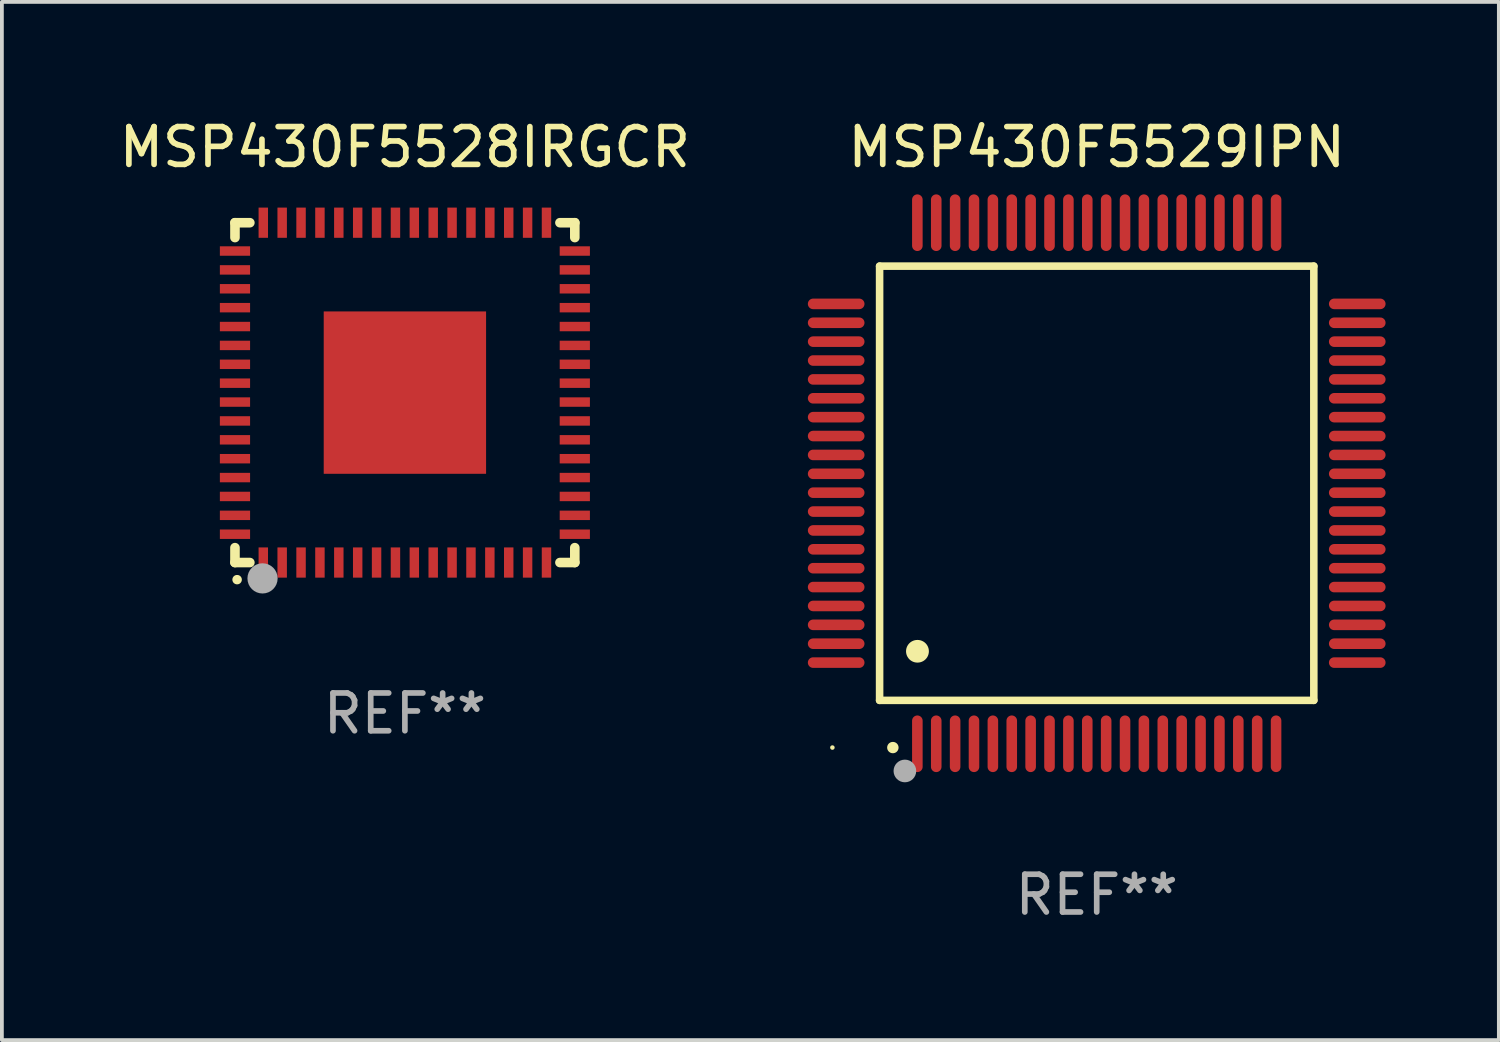
<source format=kicad_pcb>
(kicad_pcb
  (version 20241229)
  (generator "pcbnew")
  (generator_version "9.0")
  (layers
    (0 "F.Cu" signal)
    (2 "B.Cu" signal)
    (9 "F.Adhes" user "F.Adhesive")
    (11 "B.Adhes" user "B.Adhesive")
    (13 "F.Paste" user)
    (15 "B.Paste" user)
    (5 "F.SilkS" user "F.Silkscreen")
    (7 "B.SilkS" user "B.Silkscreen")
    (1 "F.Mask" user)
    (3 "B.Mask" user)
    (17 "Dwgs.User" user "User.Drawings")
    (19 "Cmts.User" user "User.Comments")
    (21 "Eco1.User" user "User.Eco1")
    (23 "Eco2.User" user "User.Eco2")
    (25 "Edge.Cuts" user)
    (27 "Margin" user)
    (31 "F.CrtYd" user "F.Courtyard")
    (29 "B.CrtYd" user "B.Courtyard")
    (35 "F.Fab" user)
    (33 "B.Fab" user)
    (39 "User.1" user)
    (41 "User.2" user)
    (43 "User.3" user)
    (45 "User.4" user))
  (footprint "MSP430F5528IRGCR"
    (layer "F.Cu")
    (at 7.673 7.348)
    (property "Reference" "MSP430F5528IRGCR" (at 0 -6.5 0) (layer "F.SilkS") (effects (font (size 1 1) (thickness 0.15))))
    (attr through_hole)
    (fp_line (start -4.5 -4.5) (end -4.106 -4.5) (stroke (width 0.254) (type solid)) (layer "F.SilkS"))
    (fp_line (start -4.5 -4.106) (end -4.5 -4.5) (stroke (width 0.254) (type solid)) (layer "F.SilkS"))
    (fp_line (start -4.5 4.5) (end -4.5 4.106) (stroke (width 0.254) (type solid)) (layer "F.SilkS"))
    (fp_line (start -4.106 4.5) (end -4.5 4.5) (stroke (width 0.254) (type solid)) (layer "F.SilkS"))
    (fp_line (start 4.106 -4.5) (end 4.5 -4.5) (stroke (width 0.254) (type solid)) (layer "F.SilkS"))
    (fp_line (start 4.5 -4.5) (end 4.5 -4.106) (stroke (width 0.254) (type solid)) (layer "F.SilkS"))
    (fp_line (start 4.5 4.106) (end 4.5 4.5) (stroke (width 0.254) (type solid)) (layer "F.SilkS"))
    (fp_line (start 4.5 4.5) (end 4.106 4.5) (stroke (width 0.254) (type solid)) (layer "F.SilkS"))
    (fp_arc (start -4.444945 4.953073) (mid -4.443675 4.953067) (end -4.442405 4.953073) (stroke (width 0.24892) (type solid)) (layer "F.SilkS"))
    (fp_circle (center -4.5 4.5) (end -4.47 4.5) (stroke (width 0.06) (type solid)) (fill no) (layer "F.SilkS"))
    (fp_circle (center -3.77 4.92) (end -3.57 4.92) (stroke (width 0.4) (type solid)) (fill no) (layer "F.Fab"))
    (fp_text user "REF**" (at 0 8.5 0) (layer "F.Fab") (effects (font (size 1 1) (thickness 0.15))))
    (pad "1" smd rect (at -3.75 4.5 90) (size 0.8 0.25) (layers "F.Cu" "F.Mask" "F.Paste"))
    (pad "2" smd rect (at -3.25 4.5 90) (size 0.8 0.25) (layers "F.Cu" "F.Mask" "F.Paste"))
    (pad "3" smd rect (at -2.75 4.5 90) (size 0.8 0.25) (layers "F.Cu" "F.Mask" "F.Paste"))
    (pad "4" smd rect (at -2.25 4.5 90) (size 0.8 0.25) (layers "F.Cu" "F.Mask" "F.Paste"))
    (pad "5" smd rect (at -1.75 4.5 90) (size 0.8 0.25) (layers "F.Cu" "F.Mask" "F.Paste"))
    (pad "6" smd rect (at -1.25 4.5 90) (size 0.8 0.25) (layers "F.Cu" "F.Mask" "F.Paste"))
    (pad "7" smd rect (at -0.75 4.5 90) (size 0.8 0.25) (layers "F.Cu" "F.Mask" "F.Paste"))
    (pad "8" smd rect (at -0.25 4.5 90) (size 0.8 0.25) (layers "F.Cu" "F.Mask" "F.Paste"))
    (pad "9" smd rect (at 0.25 4.5 90) (size 0.8 0.25) (layers "F.Cu" "F.Mask" "F.Paste"))
    (pad "10" smd rect (at 0.75 4.5 90) (size 0.8 0.25) (layers "F.Cu" "F.Mask" "F.Paste"))
    (pad "11" smd rect (at 1.25 4.5 90) (size 0.8 0.25) (layers "F.Cu" "F.Mask" "F.Paste"))
    (pad "12" smd rect (at 1.75 4.5 90) (size 0.8 0.25) (layers "F.Cu" "F.Mask" "F.Paste"))
    (pad "13" smd rect (at 2.25 4.5 90) (size 0.8 0.25) (layers "F.Cu" "F.Mask" "F.Paste"))
    (pad "14" smd rect (at 2.75 4.5 90) (size 0.8 0.25) (layers "F.Cu" "F.Mask" "F.Paste"))
    (pad "15" smd rect (at 3.25 4.5 90) (size 0.8 0.25) (layers "F.Cu" "F.Mask" "F.Paste"))
    (pad "16" smd rect (at 3.75 4.5 90) (size 0.8 0.25) (layers "F.Cu" "F.Mask" "F.Paste"))
    (pad "17" smd rect (at 4.5 3.75) (size 0.8 0.25) (layers "F.Cu" "F.Mask" "F.Paste"))
    (pad "18" smd rect (at 4.5 3.25) (size 0.8 0.25) (layers "F.Cu" "F.Mask" "F.Paste"))
    (pad "19" smd rect (at 4.5 2.75) (size 0.8 0.25) (layers "F.Cu" "F.Mask" "F.Paste"))
    (pad "20" smd rect (at 4.5 2.25) (size 0.8 0.25) (layers "F.Cu" "F.Mask" "F.Paste"))
    (pad "21" smd rect (at 4.5 1.75) (size 0.8 0.25) (layers "F.Cu" "F.Mask" "F.Paste"))
    (pad "22" smd rect (at 4.5 1.25) (size 0.8 0.25) (layers "F.Cu" "F.Mask" "F.Paste"))
    (pad "23" smd rect (at 4.5 0.75) (size 0.8 0.25) (layers "F.Cu" "F.Mask" "F.Paste"))
    (pad "24" smd rect (at 4.5 0.25) (size 0.8 0.25) (layers "F.Cu" "F.Mask" "F.Paste"))
    (pad "25" smd rect (at 4.5 -0.25) (size 0.8 0.25) (layers "F.Cu" "F.Mask" "F.Paste"))
    (pad "26" smd rect (at 4.5 -0.75) (size 0.8 0.25) (layers "F.Cu" "F.Mask" "F.Paste"))
    (pad "27" smd rect (at 4.5 -1.25) (size 0.8 0.25) (layers "F.Cu" "F.Mask" "F.Paste"))
    (pad "28" smd rect (at 4.5 -1.75) (size 0.8 0.25) (layers "F.Cu" "F.Mask" "F.Paste"))
    (pad "29" smd rect (at 4.5 -2.25) (size 0.8 0.25) (layers "F.Cu" "F.Mask" "F.Paste"))
    (pad "30" smd rect (at 4.5 -2.75) (size 0.8 0.25) (layers "F.Cu" "F.Mask" "F.Paste"))
    (pad "31" smd rect (at 4.5 -3.25) (size 0.8 0.25) (layers "F.Cu" "F.Mask" "F.Paste"))
    (pad "32" smd rect (at 4.5 -3.75) (size 0.8 0.25) (layers "F.Cu" "F.Mask" "F.Paste"))
    (pad "33" smd rect (at 3.75 -4.5 90) (size 0.8 0.25) (layers "F.Cu" "F.Mask" "F.Paste"))
    (pad "34" smd rect (at 3.25 -4.5 90) (size 0.8 0.25) (layers "F.Cu" "F.Mask" "F.Paste"))
    (pad "35" smd rect (at 2.75 -4.5 90) (size 0.8 0.25) (layers "F.Cu" "F.Mask" "F.Paste"))
    (pad "36" smd rect (at 2.25 -4.5 90) (size 0.8 0.25) (layers "F.Cu" "F.Mask" "F.Paste"))
    (pad "37" smd rect (at 1.75 -4.5 90) (size 0.8 0.25) (layers "F.Cu" "F.Mask" "F.Paste"))
    (pad "38" smd rect (at 1.25 -4.5 90) (size 0.8 0.25) (layers "F.Cu" "F.Mask" "F.Paste"))
    (pad "39" smd rect (at 0.75 -4.5 90) (size 0.8 0.25) (layers "F.Cu" "F.Mask" "F.Paste"))
    (pad "40" smd rect (at 0.25 -4.5 90) (size 0.8 0.25) (layers "F.Cu" "F.Mask" "F.Paste"))
    (pad "41" smd rect (at -0.25 -4.5 90) (size 0.8 0.25) (layers "F.Cu" "F.Mask" "F.Paste"))
    (pad "42" smd rect (at -0.75 -4.5 90) (size 0.8 0.25) (layers "F.Cu" "F.Mask" "F.Paste"))
    (pad "43" smd rect (at -1.25 -4.5 90) (size 0.8 0.25) (layers "F.Cu" "F.Mask" "F.Paste"))
    (pad "44" smd rect (at -1.75 -4.5 90) (size 0.8 0.25) (layers "F.Cu" "F.Mask" "F.Paste"))
    (pad "45" smd rect (at -2.25 -4.5 90) (size 0.8 0.25) (layers "F.Cu" "F.Mask" "F.Paste"))
    (pad "46" smd rect (at -2.75 -4.5 90) (size 0.8 0.25) (layers "F.Cu" "F.Mask" "F.Paste"))
    (pad "47" smd rect (at -3.25 -4.5 90) (size 0.8 0.25) (layers "F.Cu" "F.Mask" "F.Paste"))
    (pad "48" smd rect (at -3.75 -4.5 90) (size 0.8 0.25) (layers "F.Cu" "F.Mask" "F.Paste"))
    (pad "49" smd rect (at -4.5 -3.75) (size 0.8 0.25) (layers "F.Cu" "F.Mask" "F.Paste"))
    (pad "50" smd rect (at -4.5 -3.25) (size 0.8 0.25) (layers "F.Cu" "F.Mask" "F.Paste"))
    (pad "51" smd rect (at -4.5 -2.75) (size 0.8 0.25) (layers "F.Cu" "F.Mask" "F.Paste"))
    (pad "52" smd rect (at -4.5 -2.25) (size 0.8 0.25) (layers "F.Cu" "F.Mask" "F.Paste"))
    (pad "53" smd rect (at -4.5 -1.75) (size 0.8 0.25) (layers "F.Cu" "F.Mask" "F.Paste"))
    (pad "54" smd rect (at -4.5 -1.25) (size 0.8 0.25) (layers "F.Cu" "F.Mask" "F.Paste"))
    (pad "55" smd rect (at -4.5 -0.75) (size 0.8 0.25) (layers "F.Cu" "F.Mask" "F.Paste"))
    (pad "56" smd rect (at -4.5 -0.25) (size 0.8 0.25) (layers "F.Cu" "F.Mask" "F.Paste"))
    (pad "57" smd rect (at -4.5 0.25) (size 0.8 0.25) (layers "F.Cu" "F.Mask" "F.Paste"))
    (pad "58" smd rect (at -4.5 0.75) (size 0.8 0.25) (layers "F.Cu" "F.Mask" "F.Paste"))
    (pad "59" smd rect (at -4.5 1.25) (size 0.8 0.25) (layers "F.Cu" "F.Mask" "F.Paste"))
    (pad "60" smd rect (at -4.5 1.75) (size 0.8 0.25) (layers "F.Cu" "F.Mask" "F.Paste"))
    (pad "61" smd rect (at -4.5 2.25) (size 0.8 0.25) (layers "F.Cu" "F.Mask" "F.Paste"))
    (pad "62" smd rect (at -4.5 2.75) (size 0.8 0.25) (layers "F.Cu" "F.Mask" "F.Paste"))
    (pad "63" smd rect (at -4.5 3.25) (size 0.8 0.25) (layers "F.Cu" "F.Mask" "F.Paste"))
    (pad "64" smd rect (at -4.5 3.75) (size 0.8 0.25) (layers "F.Cu" "F.Mask" "F.Paste"))
    (pad "65" smd rect (at 0.000191 -0.000064) (size 4.3 4.3) (layers "F.Cu" "F.Mask" "F.Paste")))
  (footprint "MSP430F5529IPN"
    (layer "F.Cu")
    (at 25.995 9.748)
    (property "Reference" "MSP430F5529IPN" (at 0 -8.9 0) (layer "F.SilkS") (effects (font (size 1 1) (thickness 0.15))))
    (attr through_hole)
    (fp_line (start -5.75 -5.75) (end 5.75 -5.75) (stroke (width 0.2) (type solid)) (layer "F.SilkS"))
    (fp_line (start -5.75 5.75) (end -5.75 -5.75) (stroke (width 0.2) (type solid)) (layer "F.SilkS"))
    (fp_line (start 5.75 -5.75) (end 5.75 5.75) (stroke (width 0.2) (type solid)) (layer "F.SilkS"))
    (fp_line (start 5.75 5.75) (end -5.75 5.75) (stroke (width 0.2) (type solid)) (layer "F.SilkS"))
    (fp_arc (start -5.400051 7.000254) (mid -5.398781 7.000249) (end -5.397511 7.000254) (stroke (width 0.3) (type solid)) (layer "F.SilkS"))
    (fp_arc (start -4.749809 4.450089) (mid -4.747269 4.450078) (end -4.744729 4.450089) (stroke (width 0.6) (type solid)) (layer "F.SilkS"))
    (fp_circle (center -7 7) (end -6.97 7) (stroke (width 0.06) (type solid)) (fill no) (layer "F.SilkS"))
    (fp_circle (center -5.08 7.62) (end -4.93 7.62) (stroke (width 0.3) (type solid)) (fill no) (layer "F.Fab"))
    (fp_text user "REF**" (at 0 10.9 0) (layer "F.Fab") (effects (font (size 1 1) (thickness 0.15))))
    (pad "1" smd oval (at -4.75 6.9 180) (size 0.28 1.5) (layers "F.Cu" "F.Mask" "F.Paste"))
    (pad "2" smd oval (at -4.25 6.9 180) (size 0.28 1.5) (layers "F.Cu" "F.Mask" "F.Paste"))
    (pad "3" smd oval (at -3.75 6.9 180) (size 0.28 1.5) (layers "F.Cu" "F.Mask" "F.Paste"))
    (pad "4" smd oval (at -3.25 6.9 180) (size 0.28 1.5) (layers "F.Cu" "F.Mask" "F.Paste"))
    (pad "5" smd oval (at -2.75 6.9 180) (size 0.28 1.5) (layers "F.Cu" "F.Mask" "F.Paste"))
    (pad "6" smd oval (at -2.25 6.9 180) (size 0.28 1.5) (layers "F.Cu" "F.Mask" "F.Paste"))
    (pad "7" smd oval (at -1.75 6.9 180) (size 0.28 1.5) (layers "F.Cu" "F.Mask" "F.Paste"))
    (pad "8" smd oval (at -1.25 6.9 180) (size 0.28 1.5) (layers "F.Cu" "F.Mask" "F.Paste"))
    (pad "9" smd oval (at -0.75 6.9 180) (size 0.28 1.5) (layers "F.Cu" "F.Mask" "F.Paste"))
    (pad "10" smd oval (at -0.25 6.9 180) (size 0.28 1.5) (layers "F.Cu" "F.Mask" "F.Paste"))
    (pad "11" smd oval (at 0.25 6.9 180) (size 0.28 1.5) (layers "F.Cu" "F.Mask" "F.Paste"))
    (pad "12" smd oval (at 0.75 6.9 180) (size 0.28 1.5) (layers "F.Cu" "F.Mask" "F.Paste"))
    (pad "13" smd oval (at 1.25 6.9 180) (size 0.28 1.5) (layers "F.Cu" "F.Mask" "F.Paste"))
    (pad "14" smd oval (at 1.75 6.9 180) (size 0.28 1.5) (layers "F.Cu" "F.Mask" "F.Paste"))
    (pad "15" smd oval (at 2.25 6.9 180) (size 0.28 1.5) (layers "F.Cu" "F.Mask" "F.Paste"))
    (pad "16" smd oval (at 2.75 6.9 180) (size 0.28 1.5) (layers "F.Cu" "F.Mask" "F.Paste"))
    (pad "17" smd oval (at 3.25 6.9 180) (size 0.28 1.5) (layers "F.Cu" "F.Mask" "F.Paste"))
    (pad "18" smd oval (at 3.75 6.9 180) (size 0.28 1.5) (layers "F.Cu" "F.Mask" "F.Paste"))
    (pad "19" smd oval (at 4.25 6.9 180) (size 0.28 1.5) (layers "F.Cu" "F.Mask" "F.Paste"))
    (pad "20" smd oval (at 4.75 6.9) (size 0.28 1.5) (layers "F.Cu" "F.Mask" "F.Paste"))
    (pad "21" smd oval (at 6.9 4.75 270) (size 0.28 1.5) (layers "F.Cu" "F.Mask" "F.Paste"))
    (pad "22" smd oval (at 6.9 4.25 90) (size 0.28 1.5) (layers "F.Cu" "F.Mask" "F.Paste"))
    (pad "23" smd oval (at 6.9 3.75 90) (size 0.28 1.5) (layers "F.Cu" "F.Mask" "F.Paste"))
    (pad "24" smd oval (at 6.9 3.25 90) (size 0.28 1.5) (layers "F.Cu" "F.Mask" "F.Paste"))
    (pad "25" smd oval (at 6.9 2.75 90) (size 0.28 1.5) (layers "F.Cu" "F.Mask" "F.Paste"))
    (pad "26" smd oval (at 6.9 2.25 90) (size 0.28 1.5) (layers "F.Cu" "F.Mask" "F.Paste"))
    (pad "27" smd oval (at 6.9 1.75 90) (size 0.28 1.5) (layers "F.Cu" "F.Mask" "F.Paste"))
    (pad "28" smd oval (at 6.9 1.25 90) (size 0.28 1.5) (layers "F.Cu" "F.Mask" "F.Paste"))
    (pad "29" smd oval (at 6.9 0.75 90) (size 0.28 1.5) (layers "F.Cu" "F.Mask" "F.Paste"))
    (pad "30" smd oval (at 6.9 0.25 90) (size 0.28 1.5) (layers "F.Cu" "F.Mask" "F.Paste"))
    (pad "31" smd oval (at 6.9 -0.25 90) (size 0.28 1.5) (layers "F.Cu" "F.Mask" "F.Paste"))
    (pad "32" smd oval (at 6.9 -0.75 90) (size 0.28 1.5) (layers "F.Cu" "F.Mask" "F.Paste"))
    (pad "33" smd oval (at 6.9 -1.25 90) (size 0.28 1.5) (layers "F.Cu" "F.Mask" "F.Paste"))
    (pad "34" smd oval (at 6.9 -1.75 90) (size 0.28 1.5) (layers "F.Cu" "F.Mask" "F.Paste"))
    (pad "35" smd oval (at 6.9 -2.25 90) (size 0.28 1.5) (layers "F.Cu" "F.Mask" "F.Paste"))
    (pad "36" smd oval (at 6.9 -2.75 90) (size 0.28 1.5) (layers "F.Cu" "F.Mask" "F.Paste"))
    (pad "37" smd oval (at 6.9 -3.25 90) (size 0.28 1.5) (layers "F.Cu" "F.Mask" "F.Paste"))
    (pad "38" smd oval (at 6.9 -3.75 90) (size 0.28 1.5) (layers "F.Cu" "F.Mask" "F.Paste"))
    (pad "39" smd oval (at 6.9 -4.25 90) (size 0.28 1.5) (layers "F.Cu" "F.Mask" "F.Paste"))
    (pad "40" smd oval (at 6.9 -4.75 90) (size 0.28 1.5) (layers "F.Cu" "F.Mask" "F.Paste"))
    (pad "41" smd oval (at 4.75 -6.9) (size 0.28 1.5) (layers "F.Cu" "F.Mask" "F.Paste"))
    (pad "42" smd oval (at 4.25 -6.9 180) (size 0.28 1.5) (layers "F.Cu" "F.Mask" "F.Paste"))
    (pad "43" smd oval (at 3.75 -6.9 180) (size 0.28 1.5) (layers "F.Cu" "F.Mask" "F.Paste"))
    (pad "44" smd oval (at 3.25 -6.9 180) (size 0.28 1.5) (layers "F.Cu" "F.Mask" "F.Paste"))
    (pad "45" smd oval (at 2.75 -6.9 180) (size 0.28 1.5) (layers "F.Cu" "F.Mask" "F.Paste"))
    (pad "46" smd oval (at 2.25 -6.9 180) (size 0.28 1.5) (layers "F.Cu" "F.Mask" "F.Paste"))
    (pad "47" smd oval (at 1.75 -6.9 180) (size 0.28 1.5) (layers "F.Cu" "F.Mask" "F.Paste"))
    (pad "48" smd oval (at 1.25 -6.9 180) (size 0.28 1.5) (layers "F.Cu" "F.Mask" "F.Paste"))
    (pad "49" smd oval (at 0.75 -6.9 180) (size 0.28 1.5) (layers "F.Cu" "F.Mask" "F.Paste"))
    (pad "50" smd oval (at 0.25 -6.9 180) (size 0.28 1.5) (layers "F.Cu" "F.Mask" "F.Paste"))
    (pad "51" smd oval (at -0.25 -6.9 180) (size 0.28 1.5) (layers "F.Cu" "F.Mask" "F.Paste"))
    (pad "52" smd oval (at -0.75 -6.9 180) (size 0.28 1.5) (layers "F.Cu" "F.Mask" "F.Paste"))
    (pad "53" smd oval (at -1.25 -6.9 180) (size 0.28 1.5) (layers "F.Cu" "F.Mask" "F.Paste"))
    (pad "54" smd oval (at -1.75 -6.9 180) (size 0.28 1.5) (layers "F.Cu" "F.Mask" "F.Paste"))
    (pad "55" smd oval (at -2.25 -6.9 180) (size 0.28 1.5) (layers "F.Cu" "F.Mask" "F.Paste"))
    (pad "56" smd oval (at -2.75 -6.9 180) (size 0.28 1.5) (layers "F.Cu" "F.Mask" "F.Paste"))
    (pad "57" smd oval (at -3.25 -6.9 180) (size 0.28 1.5) (layers "F.Cu" "F.Mask" "F.Paste"))
    (pad "58" smd oval (at -3.75 -6.9 180) (size 0.28 1.5) (layers "F.Cu" "F.Mask" "F.Paste"))
    (pad "59" smd oval (at -4.25 -6.9 180) (size 0.28 1.5) (layers "F.Cu" "F.Mask" "F.Paste"))
    (pad "60" smd oval (at -4.75 -6.9 180) (size 0.28 1.5) (layers "F.Cu" "F.Mask" "F.Paste"))
    (pad "61" smd oval (at -6.9 -4.75 90) (size 0.28 1.5) (layers "F.Cu" "F.Mask" "F.Paste"))
    (pad "62" smd oval (at -6.9 -4.25 90) (size 0.28 1.5) (layers "F.Cu" "F.Mask" "F.Paste"))
    (pad "63" smd oval (at -6.9 -3.75 90) (size 0.28 1.5) (layers "F.Cu" "F.Mask" "F.Paste"))
    (pad "64" smd oval (at -6.9 -3.25 90) (size 0.28 1.5) (layers "F.Cu" "F.Mask" "F.Paste"))
    (pad "65" smd oval (at -6.9 -2.75 90) (size 0.28 1.5) (layers "F.Cu" "F.Mask" "F.Paste"))
    (pad "66" smd oval (at -6.9 -2.25 90) (size 0.28 1.5) (layers "F.Cu" "F.Mask" "F.Paste"))
    (pad "67" smd oval (at -6.9 -1.75 90) (size 0.28 1.5) (layers "F.Cu" "F.Mask" "F.Paste"))
    (pad "68" smd oval (at -6.9 -1.25 90) (size 0.28 1.5) (layers "F.Cu" "F.Mask" "F.Paste"))
    (pad "69" smd oval (at -6.9 -0.75 90) (size 0.28 1.5) (layers "F.Cu" "F.Mask" "F.Paste"))
    (pad "70" smd oval (at -6.9 -0.25 90) (size 0.28 1.5) (layers "F.Cu" "F.Mask" "F.Paste"))
    (pad "71" smd oval (at -6.9 0.25 90) (size 0.28 1.5) (layers "F.Cu" "F.Mask" "F.Paste"))
    (pad "72" smd oval (at -6.9 0.75 90) (size 0.28 1.5) (layers "F.Cu" "F.Mask" "F.Paste"))
    (pad "73" smd oval (at -6.9 1.25 90) (size 0.28 1.5) (layers "F.Cu" "F.Mask" "F.Paste"))
    (pad "74" smd oval (at -6.9 1.75 90) (size 0.28 1.5) (layers "F.Cu" "F.Mask" "F.Paste"))
    (pad "75" smd oval (at -6.9 2.25 90) (size 0.28 1.5) (layers "F.Cu" "F.Mask" "F.Paste"))
    (pad "76" smd oval (at -6.9 2.75 90) (size 0.28 1.5) (layers "F.Cu" "F.Mask" "F.Paste"))
    (pad "77" smd oval (at -6.9 3.25 90) (size 0.28 1.5) (layers "F.Cu" "F.Mask" "F.Paste"))
    (pad "78" smd oval (at -6.9 3.75 90) (size 0.28 1.5) (layers "F.Cu" "F.Mask" "F.Paste"))
    (pad "79" smd oval (at -6.9 4.25 90) (size 0.28 1.5) (layers "F.Cu" "F.Mask" "F.Paste"))
    (pad "80" smd oval (at -6.9 4.75 270) (size 0.28 1.5) (layers "F.Cu" "F.Mask" "F.Paste")))
  (gr_rect
    (start -3 -3)
    (end 36.645 24.496)
    (stroke (width 0.1) (type default))
    (fill no)
    (layer "Edge.Cuts")))
</source>
